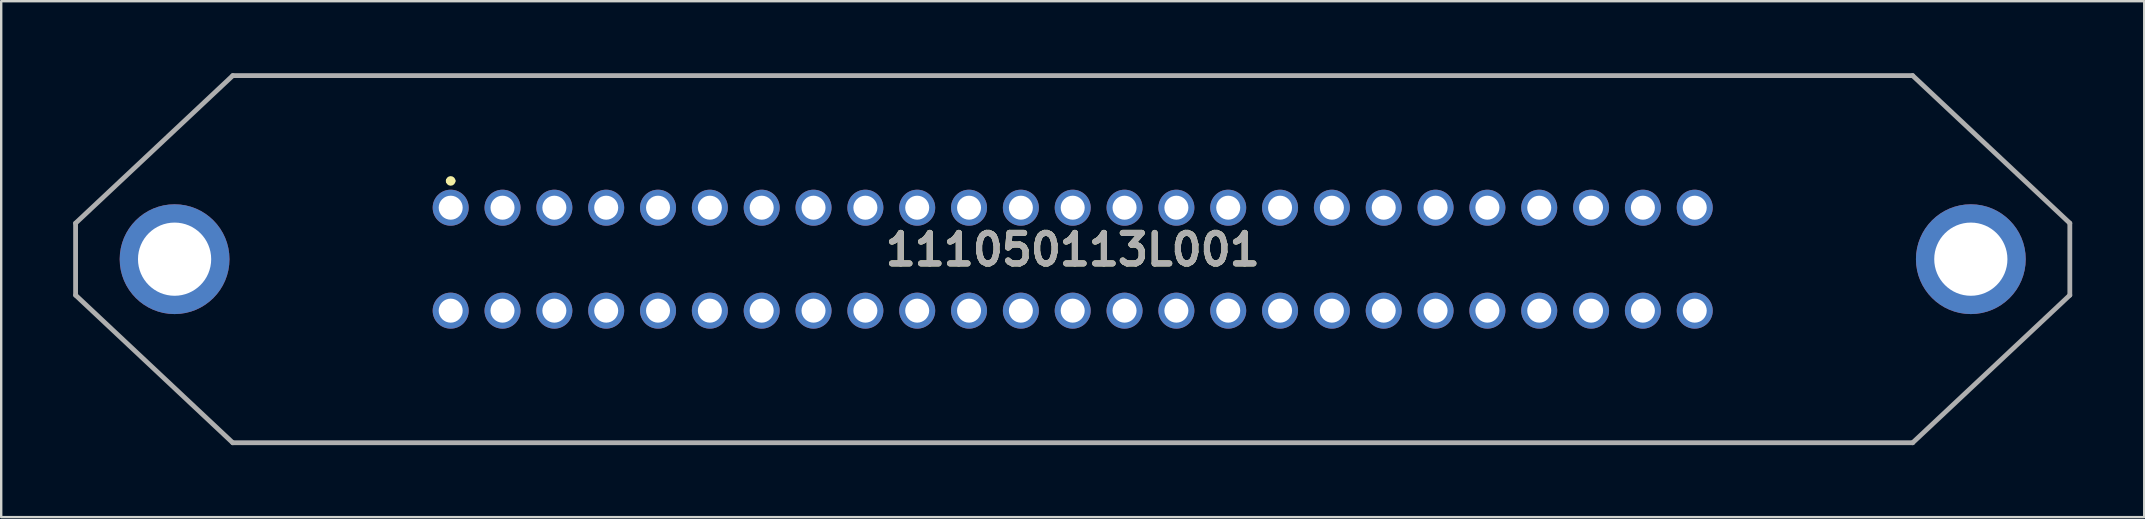
<source format=kicad_pcb>
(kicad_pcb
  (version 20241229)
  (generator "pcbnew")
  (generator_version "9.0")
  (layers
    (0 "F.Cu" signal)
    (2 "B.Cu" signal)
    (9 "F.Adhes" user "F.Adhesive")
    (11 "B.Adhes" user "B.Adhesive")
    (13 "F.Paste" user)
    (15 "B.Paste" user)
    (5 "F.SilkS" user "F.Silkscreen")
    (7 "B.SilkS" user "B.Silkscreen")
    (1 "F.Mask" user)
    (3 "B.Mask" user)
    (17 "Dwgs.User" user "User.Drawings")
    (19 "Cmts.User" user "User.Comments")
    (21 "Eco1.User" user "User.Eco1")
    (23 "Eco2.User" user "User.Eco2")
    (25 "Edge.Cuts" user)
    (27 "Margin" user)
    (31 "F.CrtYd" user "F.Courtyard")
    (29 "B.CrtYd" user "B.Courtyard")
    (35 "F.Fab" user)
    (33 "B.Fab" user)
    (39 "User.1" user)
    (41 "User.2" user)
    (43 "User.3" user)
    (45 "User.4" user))
  (footprint "111050113L001"
    (layer "F.Cu")
    (at 15.73 5.605)
    (property "Reference" "111050113L001" (at 25.92 1.747 0) (layer "F.SilkS") (effects (font (size 1.27 1.27) (thickness 0.254))))
    (attr through_hole)
    (fp_line (start -15.63 0.645) (end -15.63 3.645) (stroke (width 0.1) (type solid)) (layer "F.SilkS"))
    (fp_line (start -15.63 3.645) (end -9.08 9.795) (stroke (width 0.1) (type solid)) (layer "F.SilkS"))
    (fp_line (start -9.08 -5.505) (end -15.63 0.645) (stroke (width 0.1) (type solid)) (layer "F.SilkS"))
    (fp_line (start -0.1 -1.116) (end -0.1 -1.116) (stroke (width 0.2) (type solid)) (layer "F.SilkS"))
    (fp_line (start 60.92 9.795) (end 67.47 3.645) (stroke (width 0.1) (type solid)) (layer "F.SilkS"))
    (fp_line (start 67.47 0.645) (end 60.92 -5.505) (stroke (width 0.1) (type solid)) (layer "F.SilkS"))
    (fp_line (start 67.47 3.645) (end 67.47 0.645) (stroke (width 0.1) (type solid)) (layer "F.SilkS"))
    (fp_arc (start -0.1 -1.116) (mid 0 -1.216) (end 0.1 -1.116) (stroke (width 0.2) (type solid)) (layer "F.SilkS"))
    (fp_arc (start 0.1 -1.116) (mid 0 -1.016) (end -0.1 -1.116) (stroke (width 0.2) (type solid)) (layer "F.SilkS"))
    (fp_line (start -15.63 0.645) (end -15.63 3.645) (stroke (width 0.2) (type solid)) (layer "F.Fab"))
    (fp_line (start -15.63 3.645) (end -9.08 9.795) (stroke (width 0.2) (type solid)) (layer "F.Fab"))
    (fp_line (start -9.08 -5.505) (end -15.63 0.645) (stroke (width 0.2) (type solid)) (layer "F.Fab"))
    (fp_line (start -9.08 9.795) (end 60.92 9.795) (stroke (width 0.2) (type solid)) (layer "F.Fab"))
    (fp_line (start 60.92 -5.505) (end -9.08 -5.505) (stroke (width 0.2) (type solid)) (layer "F.Fab"))
    (fp_line (start 60.92 9.795) (end 67.47 3.645) (stroke (width 0.2) (type solid)) (layer "F.Fab"))
    (fp_line (start 67.47 0.645) (end 60.92 -5.505) (stroke (width 0.2) (type solid)) (layer "F.Fab"))
    (fp_line (start 67.47 3.645) (end 67.47 0.645) (stroke (width 0.2) (type solid)) (layer "F.Fab"))
    (fp_text user "${REFERENCE}" (at 25.92 1.747 0) (layer "F.Fab") (effects (font (size 1.27 1.27) (thickness 0.254))))
    (pad "1" thru_hole circle (at 0 0) (size 1.5 1.5) (drill 1) (layers "*.Cu" "*.Mask"))
    (pad "2" thru_hole circle (at 2.16 0) (size 1.5 1.5) (drill 1) (layers "*.Cu" "*.Mask"))
    (pad "3" thru_hole circle (at 4.32 0) (size 1.5 1.5) (drill 1) (layers "*.Cu" "*.Mask"))
    (pad "4" thru_hole circle (at 6.48 0) (size 1.5 1.5) (drill 1) (layers "*.Cu" "*.Mask"))
    (pad "5" thru_hole circle (at 8.64 0) (size 1.5 1.5) (drill 1) (layers "*.Cu" "*.Mask"))
    (pad "6" thru_hole circle (at 10.8 0) (size 1.5 1.5) (drill 1) (layers "*.Cu" "*.Mask"))
    (pad "7" thru_hole circle (at 12.96 0) (size 1.5 1.5) (drill 1) (layers "*.Cu" "*.Mask"))
    (pad "8" thru_hole circle (at 15.12 0) (size 1.5 1.5) (drill 1) (layers "*.Cu" "*.Mask"))
    (pad "9" thru_hole circle (at 17.28 0) (size 1.5 1.5) (drill 1) (layers "*.Cu" "*.Mask"))
    (pad "10" thru_hole circle (at 19.44 0) (size 1.5 1.5) (drill 1) (layers "*.Cu" "*.Mask"))
    (pad "11" thru_hole circle (at 21.6 0) (size 1.5 1.5) (drill 1) (layers "*.Cu" "*.Mask"))
    (pad "12" thru_hole circle (at 23.76 0) (size 1.5 1.5) (drill 1) (layers "*.Cu" "*.Mask"))
    (pad "13" thru_hole circle (at 25.92 0) (size 1.5 1.5) (drill 1) (layers "*.Cu" "*.Mask"))
    (pad "14" thru_hole circle (at 28.08 0) (size 1.5 1.5) (drill 1) (layers "*.Cu" "*.Mask"))
    (pad "15" thru_hole circle (at 30.24 0) (size 1.5 1.5) (drill 1) (layers "*.Cu" "*.Mask"))
    (pad "16" thru_hole circle (at 32.4 0) (size 1.5 1.5) (drill 1) (layers "*.Cu" "*.Mask"))
    (pad "17" thru_hole circle (at 34.56 0) (size 1.5 1.5) (drill 1) (layers "*.Cu" "*.Mask"))
    (pad "18" thru_hole circle (at 36.72 0) (size 1.5 1.5) (drill 1) (layers "*.Cu" "*.Mask"))
    (pad "19" thru_hole circle (at 38.88 0) (size 1.5 1.5) (drill 1) (layers "*.Cu" "*.Mask"))
    (pad "20" thru_hole circle (at 41.04 0) (size 1.5 1.5) (drill 1) (layers "*.Cu" "*.Mask"))
    (pad "21" thru_hole circle (at 43.2 0) (size 1.5 1.5) (drill 1) (layers "*.Cu" "*.Mask"))
    (pad "22" thru_hole circle (at 45.36 0) (size 1.5 1.5) (drill 1) (layers "*.Cu" "*.Mask"))
    (pad "23" thru_hole circle (at 47.52 0) (size 1.5 1.5) (drill 1) (layers "*.Cu" "*.Mask"))
    (pad "24" thru_hole circle (at 49.68 0) (size 1.5 1.5) (drill 1) (layers "*.Cu" "*.Mask"))
    (pad "25" thru_hole circle (at 51.84 0) (size 1.5 1.5) (drill 1) (layers "*.Cu" "*.Mask"))
    (pad "26" thru_hole circle (at 0 4.29) (size 1.5 1.5) (drill 1) (layers "*.Cu" "*.Mask"))
    (pad "27" thru_hole circle (at 2.16 4.29) (size 1.5 1.5) (drill 1) (layers "*.Cu" "*.Mask"))
    (pad "28" thru_hole circle (at 4.32 4.29) (size 1.5 1.5) (drill 1) (layers "*.Cu" "*.Mask"))
    (pad "29" thru_hole circle (at 6.48 4.29) (size 1.5 1.5) (drill 1) (layers "*.Cu" "*.Mask"))
    (pad "30" thru_hole circle (at 8.64 4.29) (size 1.5 1.5) (drill 1) (layers "*.Cu" "*.Mask"))
    (pad "31" thru_hole circle (at 10.8 4.29) (size 1.5 1.5) (drill 1) (layers "*.Cu" "*.Mask"))
    (pad "32" thru_hole circle (at 12.96 4.29) (size 1.5 1.5) (drill 1) (layers "*.Cu" "*.Mask"))
    (pad "33" thru_hole circle (at 15.12 4.29) (size 1.5 1.5) (drill 1) (layers "*.Cu" "*.Mask"))
    (pad "34" thru_hole circle (at 17.28 4.29) (size 1.5 1.5) (drill 1) (layers "*.Cu" "*.Mask"))
    (pad "35" thru_hole circle (at 19.44 4.29) (size 1.5 1.5) (drill 1) (layers "*.Cu" "*.Mask"))
    (pad "36" thru_hole circle (at 21.6 4.29) (size 1.5 1.5) (drill 1) (layers "*.Cu" "*.Mask"))
    (pad "37" thru_hole circle (at 23.76 4.29) (size 1.5 1.5) (drill 1) (layers "*.Cu" "*.Mask"))
    (pad "38" thru_hole circle (at 25.92 4.29) (size 1.5 1.5) (drill 1) (layers "*.Cu" "*.Mask"))
    (pad "39" thru_hole circle (at 28.08 4.29) (size 1.5 1.5) (drill 1) (layers "*.Cu" "*.Mask"))
    (pad "40" thru_hole circle (at 30.24 4.29) (size 1.5 1.5) (drill 1) (layers "*.Cu" "*.Mask"))
    (pad "41" thru_hole circle (at 32.4 4.29) (size 1.5 1.5) (drill 1) (layers "*.Cu" "*.Mask"))
    (pad "42" thru_hole circle (at 34.56 4.29) (size 1.5 1.5) (drill 1) (layers "*.Cu" "*.Mask"))
    (pad "43" thru_hole circle (at 36.72 4.29) (size 1.5 1.5) (drill 1) (layers "*.Cu" "*.Mask"))
    (pad "44" thru_hole circle (at 38.88 4.29) (size 1.5 1.5) (drill 1) (layers "*.Cu" "*.Mask"))
    (pad "45" thru_hole circle (at 41.04 4.29) (size 1.5 1.5) (drill 1) (layers "*.Cu" "*.Mask"))
    (pad "46" thru_hole circle (at 43.2 4.29) (size 1.5 1.5) (drill 1) (layers "*.Cu" "*.Mask"))
    (pad "47" thru_hole circle (at 45.36 4.29) (size 1.5 1.5) (drill 1) (layers "*.Cu" "*.Mask"))
    (pad "48" thru_hole circle (at 47.52 4.29) (size 1.5 1.5) (drill 1) (layers "*.Cu" "*.Mask"))
    (pad "49" thru_hole circle (at 49.68 4.29) (size 1.5 1.5) (drill 1) (layers "*.Cu" "*.Mask"))
    (pad "50" thru_hole circle (at 51.84 4.29) (size 1.5 1.5) (drill 1) (layers "*.Cu" "*.Mask"))
    (pad "MH1" thru_hole circle (at -11.505 2.145) (size 4.575 4.575) (drill 3.05) (layers "*.Cu" "*.Mask"))
    (pad "MH2" thru_hole circle (at 63.345 2.145) (size 4.575 4.575) (drill 3.05) (layers "*.Cu" "*.Mask")))
  (gr_rect
    (start -3 -3)
    (end 86.3 18.5)
    (stroke (width 0.1) (type default))
    (fill no)
    (layer "Edge.Cuts")))
</source>
